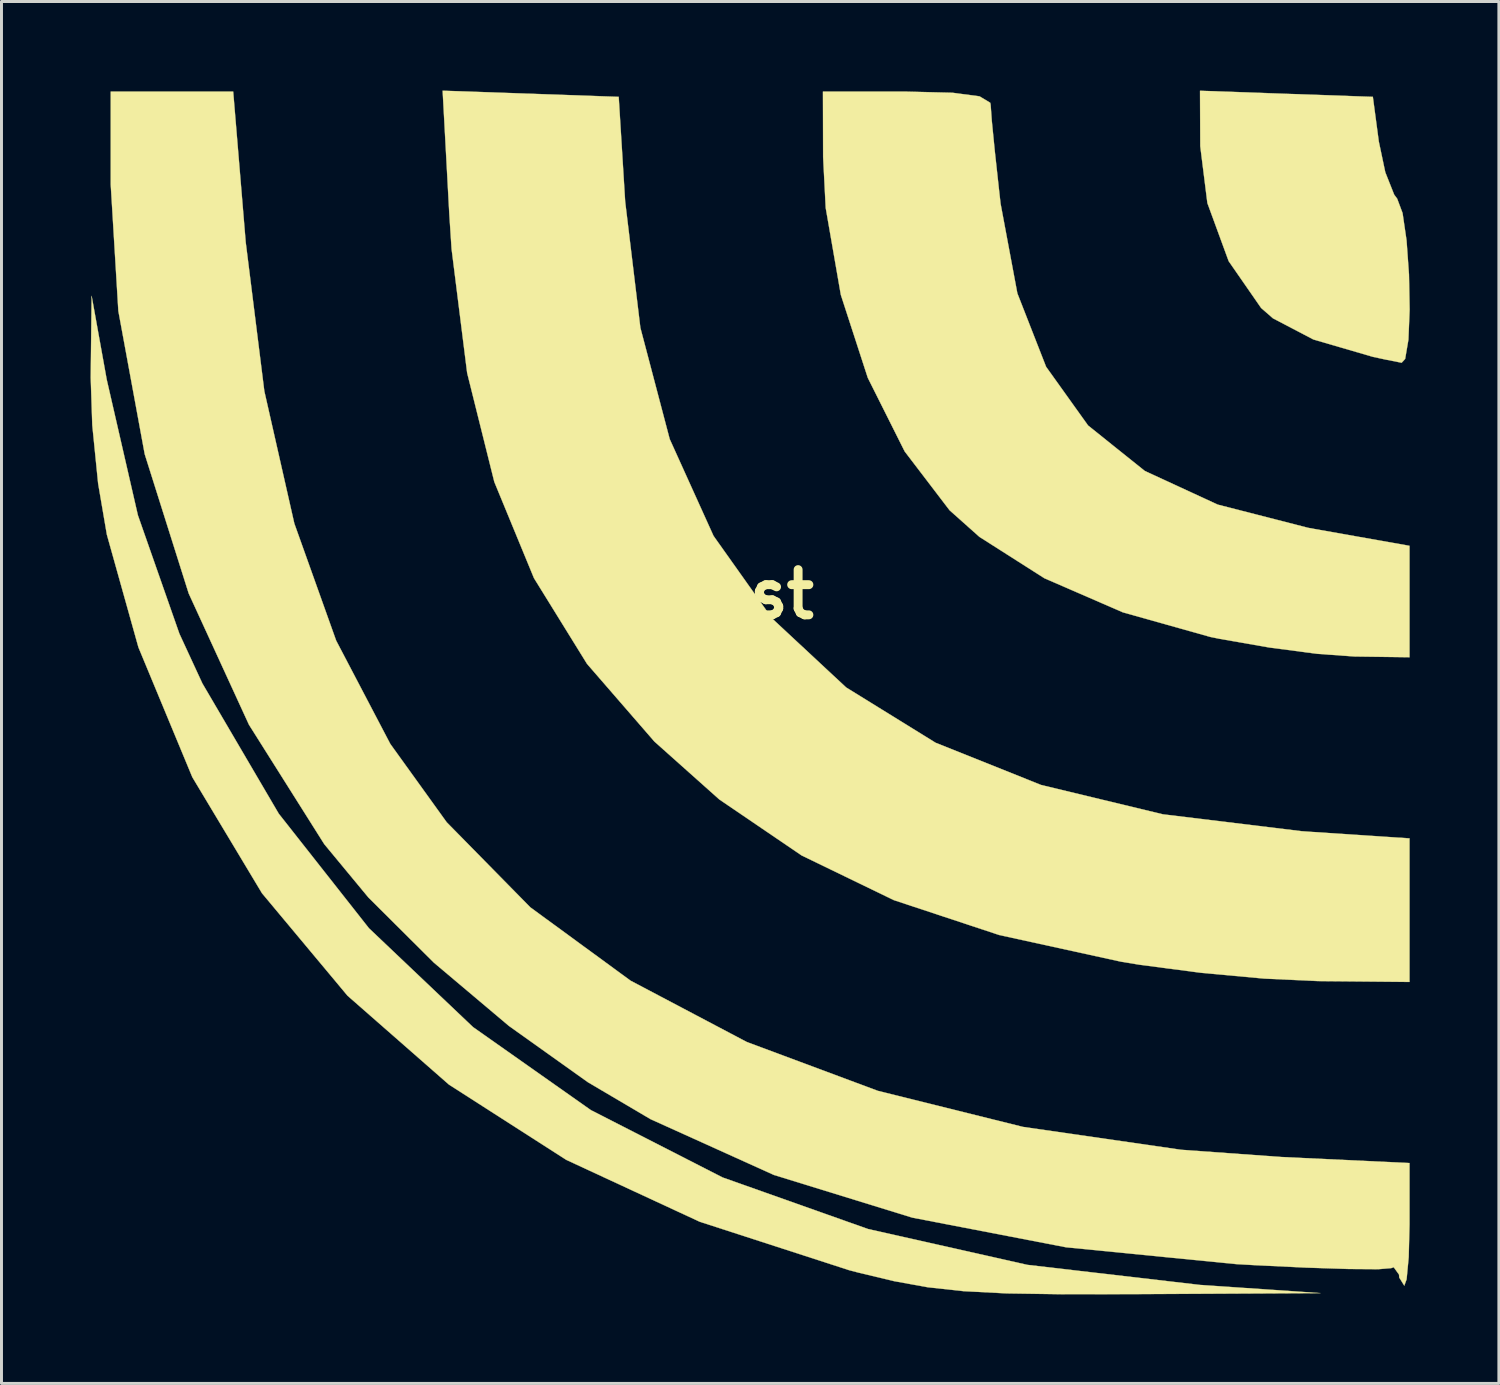
<source format=kicad_pcb>
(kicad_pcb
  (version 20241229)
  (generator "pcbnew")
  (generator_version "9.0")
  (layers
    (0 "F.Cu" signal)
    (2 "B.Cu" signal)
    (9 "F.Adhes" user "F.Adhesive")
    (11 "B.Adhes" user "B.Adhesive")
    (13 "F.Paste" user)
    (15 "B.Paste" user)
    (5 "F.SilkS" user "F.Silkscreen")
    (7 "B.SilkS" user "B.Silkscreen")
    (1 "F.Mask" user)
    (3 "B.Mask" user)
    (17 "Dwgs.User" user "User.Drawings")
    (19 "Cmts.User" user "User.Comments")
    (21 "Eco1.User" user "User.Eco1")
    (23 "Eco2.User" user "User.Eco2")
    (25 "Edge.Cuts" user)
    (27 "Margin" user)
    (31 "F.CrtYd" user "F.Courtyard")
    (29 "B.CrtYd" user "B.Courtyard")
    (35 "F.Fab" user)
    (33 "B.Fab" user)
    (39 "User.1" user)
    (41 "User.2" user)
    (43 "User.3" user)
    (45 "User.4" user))
  (footprint "test"
    (layer "F.Cu")
    (at 22.198 16.969)
    (property "Reference" "test" (at 0 0 0) (layer "F.SilkS") (effects (font (size 1.524 1.524) (thickness 0.3))))
    (attr through_hole)
    (fp_poly (pts (xy 18.08 -16.859) (xy 20.99 -16.757) (xy 21.191 -15.251) (xy 21.409 -14.217) (xy 21.709 -13.461) (xy 21.809 -13.328) (xy 21.991 -12.842) (xy 22.125 -11.924) (xy 22.207 -10.775) (xy 22.229 -9.593) (xy 22.188 -8.579) (xy 22.078 -7.931) (xy 21.96 -7.802) (xy 21.427 -7.907) (xy 20.99 -8.001) (xy 18.99 -8.584) (xy 17.627 -9.297) (xy 17.227 -9.646) (xy 16.134 -11.223) (xy 15.417 -13.18) (xy 15.177 -15.096) (xy 15.169 -16.962) (xy 18.08 -16.859)) (stroke (width 0.01) (type solid)) (fill yes) (layer "F.SilkS"))
    (fp_poly (pts (xy -4.41 -16.757) (xy -4.192 -13.229) (xy -3.68 -8.98) (xy -2.692 -5.23) (xy -1.216 -1.969) (xy 0.761 0.816) (xy 3.25 3.134) (xy 6.265 4.998) (xy 9.816 6.419) (xy 13.918 7.407) (xy 18.581 7.975) (xy 18.962 8.002) (xy 22.225 8.218) (xy 22.225 13.053) (xy 19.138 13.024) (xy 17.333 12.941) (xy 15.209 12.746) (xy 13.141 12.475) (xy 12.509 12.371) (xy 8.404 11.472) (xy 4.855 10.297) (xy 1.751 8.793) (xy -1.021 6.907) (xy -3.207 4.957) (xy -5.477 2.34) (xy -7.264 -0.548) (xy -8.599 -3.787) (xy -9.514 -7.457) (xy -10.039 -11.639) (xy -10.115 -12.803) (xy -10.34 -16.964) (xy -4.41 -16.757)) (stroke (width 0.01) (type solid)) (fill yes) (layer "F.SilkS"))
    (fp_poly (pts (xy -21.653 -7.232) (xy -20.604 -2.666) (xy -19.206 1.325) (xy -18.432 2.999) (xy -15.859 7.387) (xy -12.821 11.245) (xy -9.317 14.573) (xy -5.347 17.37) (xy -0.912 19.638) (xy 3.988 21.375) (xy 9.354 22.582) (xy 15.169 23.258) (xy 19.226 23.534) (xy 12.876 23.568) (xy 10.49 23.571) (xy 8.652 23.543) (xy 7.207 23.468) (xy 5.998 23.336) (xy 4.868 23.131) (xy 3.661 22.842) (xy 3.351 22.761) (xy -1.683 21.129) (xy -6.175 19.046) (xy -10.128 16.51) (xy -13.543 13.517) (xy -16.423 10.067) (xy -18.77 6.157) (xy -20.585 1.785) (xy -21.649 -2.014) (xy -21.943 -3.733) (xy -22.14 -5.7) (xy -22.193 -7.302) (xy -22.162 -10.054) (xy -21.653 -7.232)) (stroke (width 0.01) (type solid)) (fill yes) (layer "F.SilkS"))
    (fp_poly (pts (xy 6.831 -16.895) (xy 7.744 -16.774) (xy 8.104 -16.557) (xy 8.117 -16.492) (xy 8.156 -15.953) (xy 8.259 -14.912) (xy 8.406 -13.566) (xy 8.452 -13.159) (xy 9.017 -10.14) (xy 9.985 -7.665) (xy 11.4 -5.687) (xy 13.311 -4.156) (xy 15.764 -3.024) (xy 18.807 -2.243) (xy 19.035 -2.201) (xy 22.225 -1.636) (xy 22.225 2.117) (xy 20.373 2.092) (xy 19.126 2.003) (xy 17.506 1.79) (xy 15.825 1.496) (xy 15.516 1.433) (xy 12.571 0.605) (xy 9.928 -0.543) (xy 7.738 -1.938) (xy 6.734 -2.833) (xy 5.222 -4.815) (xy 3.98 -7.293) (xy 3.072 -10.087) (xy 2.562 -13.018) (xy 2.475 -14.728) (xy 2.469 -16.933) (xy 5.292 -16.933) (xy 6.831 -16.895)) (stroke (width 0.01) (type solid)) (fill yes) (layer "F.SilkS"))
    (fp_poly (pts (xy -16.972 -11.858) (xy -16.345 -6.844) (xy -15.335 -2.388) (xy -13.926 1.557) (xy -12.103 5.036) (xy -10.204 7.674) (xy -7.387 10.54) (xy -4.008 13.012) (xy -0.096 15.076) (xy 4.318 16.721) (xy 9.205 17.935) (xy 14.533 18.706) (xy 17.903 18.949) (xy 22.225 19.153) (xy 22.225 21.218) (xy 22.198 22.319) (xy 22.127 23.068) (xy 22.049 23.283) (xy 21.878 23.008) (xy 21.872 22.91) (xy 21.693 22.662) (xy 21.608 22.692) (xy 21.177 22.728) (xy 20.178 22.721) (xy 18.743 22.675) (xy 17.009 22.592) (xy 16.381 22.556) (xy 10.658 21.99) (xy 5.477 20.991) (xy 0.818 19.554) (xy -3.339 17.674) (xy -5.448 16.43) (xy -8.107 14.535) (xy -10.634 12.404) (xy -12.842 10.206) (xy -14.326 8.413) (xy -16.863 4.389) (xy -18.893 -0.033) (xy -20.374 -4.723) (xy -21.262 -9.545) (xy -21.519 -13.805) (xy -21.519 -16.933) (xy -17.394 -16.933) (xy -16.972 -11.858)) (stroke (width 0.01) (type solid)) (fill yes) (layer "F.SilkS")))
  (gr_rect
    (start -3 -3)
    (end 47.433 43.545)
    (stroke (width 0.1) (type default))
    (fill no)
    (layer "Edge.Cuts")))
</source>
